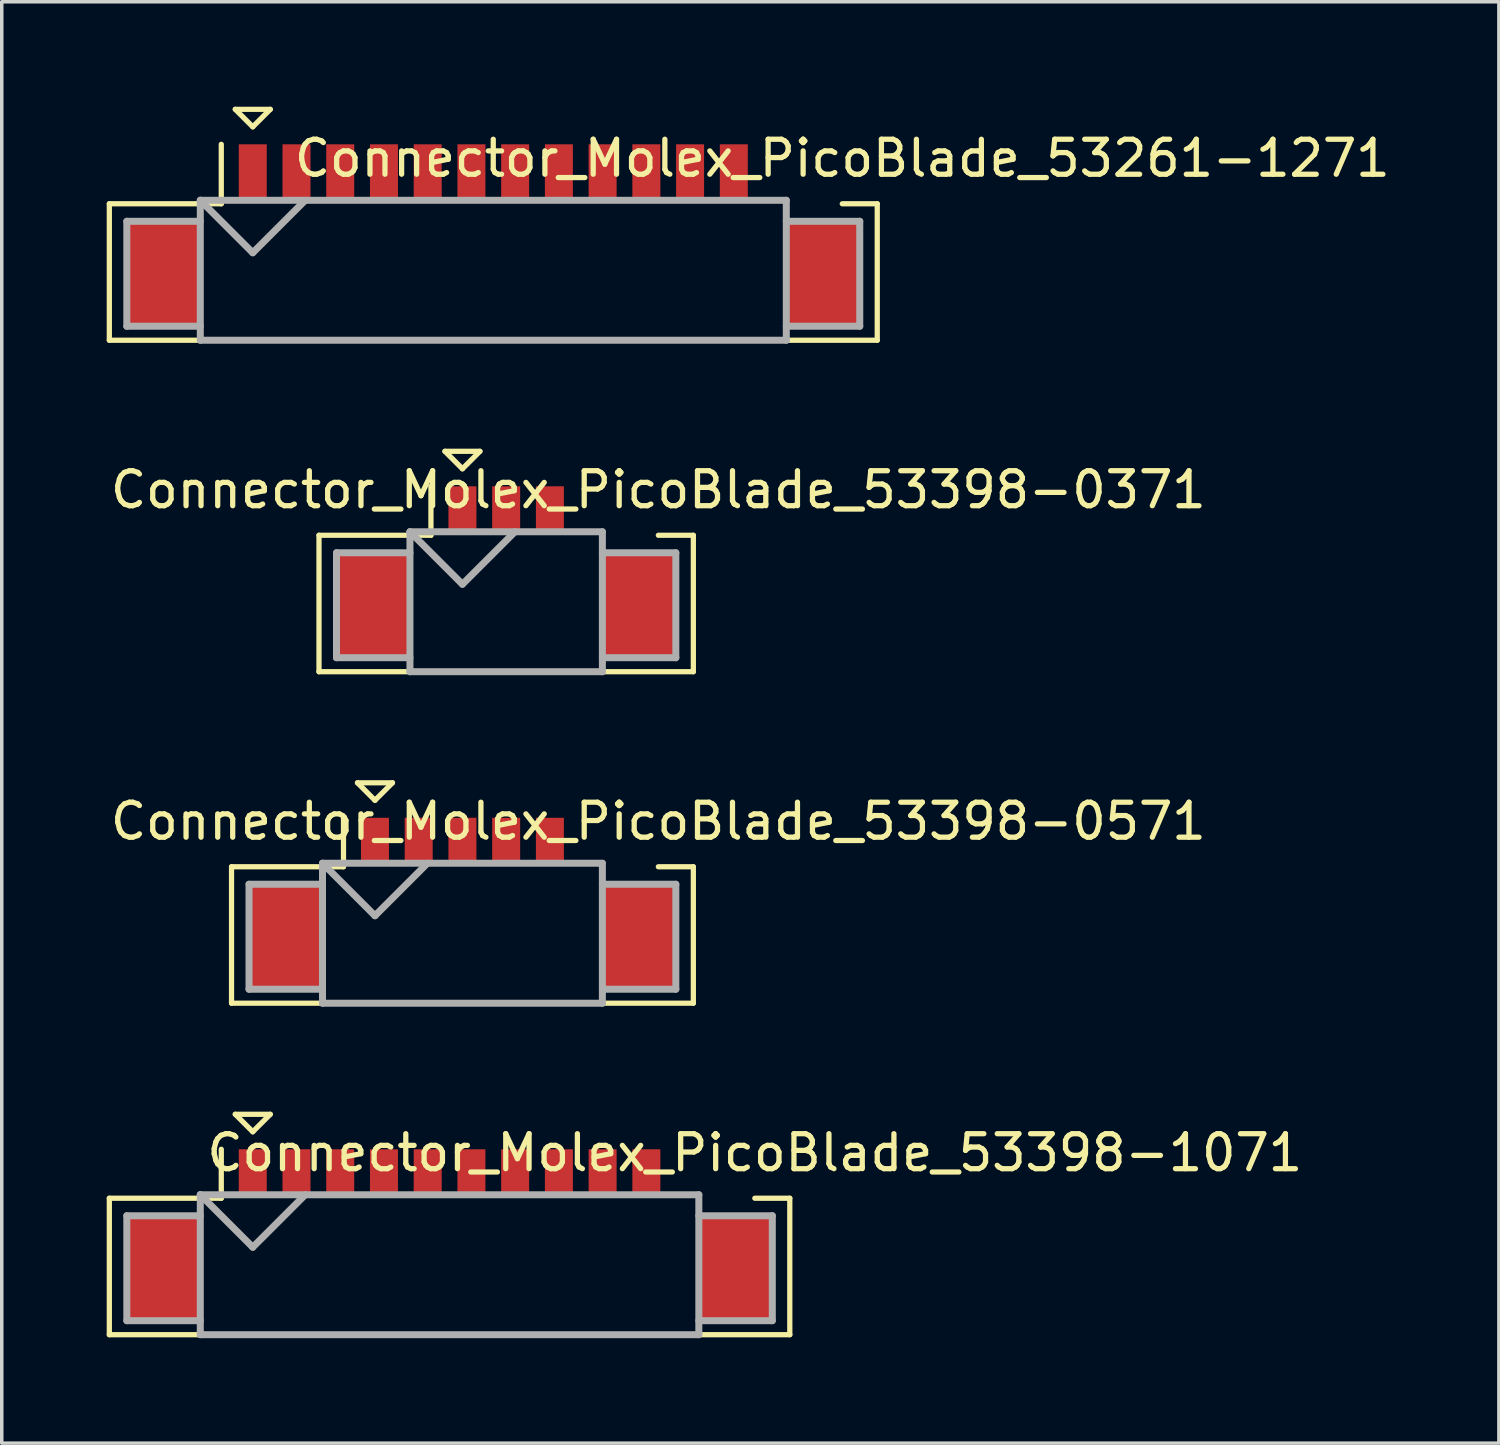
<source format=kicad_pcb>
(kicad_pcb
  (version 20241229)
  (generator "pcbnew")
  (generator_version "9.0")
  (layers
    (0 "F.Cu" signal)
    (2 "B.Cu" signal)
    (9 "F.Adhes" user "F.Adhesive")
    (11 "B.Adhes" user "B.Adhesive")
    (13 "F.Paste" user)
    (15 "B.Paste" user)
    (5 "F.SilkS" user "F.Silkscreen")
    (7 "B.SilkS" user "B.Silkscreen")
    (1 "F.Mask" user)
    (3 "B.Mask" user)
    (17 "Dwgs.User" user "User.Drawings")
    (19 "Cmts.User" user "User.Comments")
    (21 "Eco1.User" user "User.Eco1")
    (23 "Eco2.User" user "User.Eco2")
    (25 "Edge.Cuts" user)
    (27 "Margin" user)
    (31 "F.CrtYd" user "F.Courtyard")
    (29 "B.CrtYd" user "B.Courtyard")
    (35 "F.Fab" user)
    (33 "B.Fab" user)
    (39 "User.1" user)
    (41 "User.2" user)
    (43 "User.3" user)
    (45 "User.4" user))
  (footprint "Connector_Molex_PicoBlade_53398-1071"
    (layer "F.Cu")
    (at 9.8 33.2)
    (property "Reference" "Connector_Molex_PicoBlade_53398-1071" (at 8.725 -3.3 0) (layer "F.SilkS") (effects (font (size 1 1) (thickness 0.15))))
    (attr through_hole)
    (fp_line (start -9.725 -2) (end -9.725 1.9) (stroke (width 0.15) (type solid)) (layer "F.SilkS"))
    (fp_line (start -9.725 1.9) (end 9.725 1.9) (stroke (width 0.15) (type solid)) (layer "F.SilkS"))
    (fp_line (start -6.525 -3.4) (end -6.525 -2) (stroke (width 0.15) (type solid)) (layer "F.SilkS"))
    (fp_line (start -6.525 -2) (end -9.725 -2) (stroke (width 0.15) (type solid)) (layer "F.SilkS"))
    (fp_line (start -6.125 -4.4) (end -5.125 -4.4) (stroke (width 0.15) (type solid)) (layer "F.SilkS"))
    (fp_line (start -5.625 -3.9) (end -6.125 -4.4) (stroke (width 0.15) (type solid)) (layer "F.SilkS"))
    (fp_line (start -5.125 -4.4) (end -5.625 -3.9) (stroke (width 0.15) (type solid)) (layer "F.SilkS"))
    (fp_line (start 9.725 -2) (end 8.725 -2) (stroke (width 0.15) (type solid)) (layer "F.SilkS"))
    (fp_line (start 9.725 1.9) (end 9.725 -2) (stroke (width 0.15) (type solid)) (layer "F.SilkS"))
    (fp_line (start -9.225 -1.5) (end -9.225 1.5) (stroke (width 0.2) (type solid)) (layer "F.Fab"))
    (fp_line (start -9.225 1.5) (end -7.125 1.5) (stroke (width 0.2) (type solid)) (layer "F.Fab"))
    (fp_line (start -7.125 -2.1) (end -7.125 1.9) (stroke (width 0.2) (type solid)) (layer "F.Fab"))
    (fp_line (start -7.125 -2.1) (end -5.625 -0.6) (stroke (width 0.2) (type solid)) (layer "F.Fab"))
    (fp_line (start -7.125 -1.5) (end -9.225 -1.5) (stroke (width 0.2) (type solid)) (layer "F.Fab"))
    (fp_line (start -7.125 1.9) (end 7.125 1.9) (stroke (width 0.2) (type solid)) (layer "F.Fab"))
    (fp_line (start -5.625 -0.6) (end -4.125 -2.1) (stroke (width 0.2) (type solid)) (layer "F.Fab"))
    (fp_line (start 7.125 -2.1) (end -7.125 -2.1) (stroke (width 0.2) (type solid)) (layer "F.Fab"))
    (fp_line (start 7.125 -1.5) (end 9.225 -1.5) (stroke (width 0.2) (type solid)) (layer "F.Fab"))
    (fp_line (start 7.125 1.9) (end 7.125 -2.1) (stroke (width 0.2) (type solid)) (layer "F.Fab"))
    (fp_line (start 9.225 -1.5) (end 9.225 1.5) (stroke (width 0.2) (type solid)) (layer "F.Fab"))
    (fp_line (start 9.225 1.5) (end 7.125 1.5) (stroke (width 0.2) (type solid)) (layer "F.Fab"))
    (pad "" smd rect (at -8.175 0) (size 2.1 3) (layers "F.Cu" "F.Mask" "F.Paste"))
    (pad "" smd rect (at 8.175 0) (size 2.1 3) (layers "F.Cu" "F.Mask" "F.Paste"))
    (pad "1" smd rect (at -5.625 -2.75) (size 0.8 1.3) (layers "F.Cu" "F.Mask" "F.Paste"))
    (pad "2" smd rect (at -4.375 -2.75) (size 0.8 1.3) (layers "F.Cu" "F.Mask" "F.Paste"))
    (pad "3" smd rect (at -3.125 -2.75) (size 0.8 1.3) (layers "F.Cu" "F.Mask" "F.Paste"))
    (pad "4" smd rect (at -1.875 -2.75) (size 0.8 1.3) (layers "F.Cu" "F.Mask" "F.Paste"))
    (pad "5" smd rect (at -0.625 -2.75) (size 0.8 1.3) (layers "F.Cu" "F.Mask" "F.Paste"))
    (pad "6" smd rect (at 0.625 -2.75) (size 0.8 1.3) (layers "F.Cu" "F.Mask" "F.Paste"))
    (pad "7" smd rect (at 1.875 -2.75) (size 0.8 1.3) (layers "F.Cu" "F.Mask" "F.Paste"))
    (pad "8" smd rect (at 3.125 -2.75) (size 0.8 1.3) (layers "F.Cu" "F.Mask" "F.Paste"))
    (pad "9" smd rect (at 4.375 -2.75) (size 0.8 1.3) (layers "F.Cu" "F.Mask" "F.Paste"))
    (pad "10" smd rect (at 5.625 -2.75) (size 0.8 1.3) (layers "F.Cu" "F.Mask" "F.Paste")))
  (footprint "Connector_Molex_PicoBlade_53261-1271"
    (layer "F.Cu")
    (at 11.05 4.775)
    (property "Reference" "Connector_Molex_PicoBlade_53261-1271" (at 9.975 -3.3 0) (layer "F.SilkS") (effects (font (size 1 1) (thickness 0.15))))
    (attr through_hole)
    (fp_line (start -10.975 -2) (end -10.975 1.9) (stroke (width 0.15) (type solid)) (layer "F.SilkS"))
    (fp_line (start -10.975 1.9) (end 10.975 1.9) (stroke (width 0.15) (type solid)) (layer "F.SilkS"))
    (fp_line (start -7.775 -3.7) (end -7.775 -2) (stroke (width 0.15) (type solid)) (layer "F.SilkS"))
    (fp_line (start -7.775 -2) (end -10.975 -2) (stroke (width 0.15) (type solid)) (layer "F.SilkS"))
    (fp_line (start -7.375 -4.7) (end -6.375 -4.7) (stroke (width 0.15) (type solid)) (layer "F.SilkS"))
    (fp_line (start -6.875 -4.2) (end -7.375 -4.7) (stroke (width 0.15) (type solid)) (layer "F.SilkS"))
    (fp_line (start -6.375 -4.7) (end -6.875 -4.2) (stroke (width 0.15) (type solid)) (layer "F.SilkS"))
    (fp_line (start 10.975 -2) (end 9.975 -2) (stroke (width 0.15) (type solid)) (layer "F.SilkS"))
    (fp_line (start 10.975 1.9) (end 10.975 -2) (stroke (width 0.15) (type solid)) (layer "F.SilkS"))
    (fp_line (start -10.475 -1.5) (end -10.475 1.5) (stroke (width 0.2) (type solid)) (layer "F.Fab"))
    (fp_line (start -10.475 1.5) (end -8.375 1.5) (stroke (width 0.2) (type solid)) (layer "F.Fab"))
    (fp_line (start -8.375 -2.1) (end -8.375 1.9) (stroke (width 0.2) (type solid)) (layer "F.Fab"))
    (fp_line (start -8.375 -2.1) (end -6.875 -0.6) (stroke (width 0.2) (type solid)) (layer "F.Fab"))
    (fp_line (start -8.375 -1.5) (end -10.475 -1.5) (stroke (width 0.2) (type solid)) (layer "F.Fab"))
    (fp_line (start -8.375 1.9) (end 8.375 1.9) (stroke (width 0.2) (type solid)) (layer "F.Fab"))
    (fp_line (start -6.875 -0.6) (end -5.375 -2.1) (stroke (width 0.2) (type solid)) (layer "F.Fab"))
    (fp_line (start 8.375 -2.1) (end -8.375 -2.1) (stroke (width 0.2) (type solid)) (layer "F.Fab"))
    (fp_line (start 8.375 -1.5) (end 10.475 -1.5) (stroke (width 0.2) (type solid)) (layer "F.Fab"))
    (fp_line (start 8.375 1.9) (end 8.375 -2.1) (stroke (width 0.2) (type solid)) (layer "F.Fab"))
    (fp_line (start 10.475 -1.5) (end 10.475 1.5) (stroke (width 0.2) (type solid)) (layer "F.Fab"))
    (fp_line (start 10.475 1.5) (end 8.375 1.5) (stroke (width 0.2) (type solid)) (layer "F.Fab"))
    (pad "" smd rect (at -9.425 0) (size 2.1 3) (layers "F.Cu" "F.Mask" "F.Paste"))
    (pad "" smd rect (at 9.425 0) (size 2.1 3) (layers "F.Cu" "F.Mask" "F.Paste"))
    (pad "1" smd rect (at -6.875 -2.9) (size 0.8 1.6) (layers "F.Cu" "F.Mask" "F.Paste"))
    (pad "2" smd rect (at -5.625 -2.9) (size 0.8 1.6) (layers "F.Cu" "F.Mask" "F.Paste"))
    (pad "3" smd rect (at -4.375 -2.9) (size 0.8 1.6) (layers "F.Cu" "F.Mask" "F.Paste"))
    (pad "4" smd rect (at -3.125 -2.9) (size 0.8 1.6) (layers "F.Cu" "F.Mask" "F.Paste"))
    (pad "5" smd rect (at -1.875 -2.9) (size 0.8 1.6) (layers "F.Cu" "F.Mask" "F.Paste"))
    (pad "6" smd rect (at -0.625 -2.9) (size 0.8 1.6) (layers "F.Cu" "F.Mask" "F.Paste"))
    (pad "7" smd rect (at 0.625 -2.9) (size 0.8 1.6) (layers "F.Cu" "F.Mask" "F.Paste"))
    (pad "8" smd rect (at 1.875 -2.9) (size 0.8 1.6) (layers "F.Cu" "F.Mask" "F.Paste"))
    (pad "9" smd rect (at 3.125 -2.9) (size 0.8 1.6) (layers "F.Cu" "F.Mask" "F.Paste"))
    (pad "10" smd rect (at 4.375 -2.9) (size 0.8 1.6) (layers "F.Cu" "F.Mask" "F.Paste"))
    (pad "11" smd rect (at 5.625 -2.9) (size 0.8 1.6) (layers "F.Cu" "F.Mask" "F.Paste"))
    (pad "12" smd rect (at 6.875 -2.9) (size 0.8 1.6) (layers "F.Cu" "F.Mask" "F.Paste")))
  (footprint "Connector_Molex_PicoBlade_53398-0571"
    (layer "F.Cu")
    (at 10.168 23.725)
    (property "Reference" "Connector_Molex_PicoBlade_53398-0571" (at 5.6 -3.3 0) (layer "F.SilkS") (effects (font (size 1 1) (thickness 0.15))))
    (attr through_hole)
    (fp_line (start -6.6 -2) (end -6.6 1.9) (stroke (width 0.15) (type solid)) (layer "F.SilkS"))
    (fp_line (start -6.6 1.9) (end 6.6 1.9) (stroke (width 0.15) (type solid)) (layer "F.SilkS"))
    (fp_line (start -3.4 -3.4) (end -3.4 -2) (stroke (width 0.15) (type solid)) (layer "F.SilkS"))
    (fp_line (start -3.4 -2) (end -6.6 -2) (stroke (width 0.15) (type solid)) (layer "F.SilkS"))
    (fp_line (start -3 -4.4) (end -2 -4.4) (stroke (width 0.15) (type solid)) (layer "F.SilkS"))
    (fp_line (start -2.5 -3.9) (end -3 -4.4) (stroke (width 0.15) (type solid)) (layer "F.SilkS"))
    (fp_line (start -2 -4.4) (end -2.5 -3.9) (stroke (width 0.15) (type solid)) (layer "F.SilkS"))
    (fp_line (start 6.6 -2) (end 5.6 -2) (stroke (width 0.15) (type solid)) (layer "F.SilkS"))
    (fp_line (start 6.6 1.9) (end 6.6 -2) (stroke (width 0.15) (type solid)) (layer "F.SilkS"))
    (fp_line (start -6.1 -1.5) (end -6.1 1.5) (stroke (width 0.2) (type solid)) (layer "F.Fab"))
    (fp_line (start -6.1 1.5) (end -4 1.5) (stroke (width 0.2) (type solid)) (layer "F.Fab"))
    (fp_line (start -4 -2.1) (end -4 1.9) (stroke (width 0.2) (type solid)) (layer "F.Fab"))
    (fp_line (start -4 -2.1) (end -2.5 -0.6) (stroke (width 0.2) (type solid)) (layer "F.Fab"))
    (fp_line (start -4 -1.5) (end -6.1 -1.5) (stroke (width 0.2) (type solid)) (layer "F.Fab"))
    (fp_line (start -4 1.9) (end 4 1.9) (stroke (width 0.2) (type solid)) (layer "F.Fab"))
    (fp_line (start -2.5 -0.6) (end -1 -2.1) (stroke (width 0.2) (type solid)) (layer "F.Fab"))
    (fp_line (start 4 -2.1) (end -4 -2.1) (stroke (width 0.2) (type solid)) (layer "F.Fab"))
    (fp_line (start 4 -1.5) (end 6.1 -1.5) (stroke (width 0.2) (type solid)) (layer "F.Fab"))
    (fp_line (start 4 1.9) (end 4 -2.1) (stroke (width 0.2) (type solid)) (layer "F.Fab"))
    (fp_line (start 6.1 -1.5) (end 6.1 1.5) (stroke (width 0.2) (type solid)) (layer "F.Fab"))
    (fp_line (start 6.1 1.5) (end 4 1.5) (stroke (width 0.2) (type solid)) (layer "F.Fab"))
    (pad "" smd rect (at -5.05 0) (size 2.1 3) (layers "F.Cu" "F.Mask" "F.Paste"))
    (pad "" smd rect (at 5.05 0) (size 2.1 3) (layers "F.Cu" "F.Mask" "F.Paste"))
    (pad "1" smd rect (at -2.5 -2.75) (size 0.8 1.3) (layers "F.Cu" "F.Mask" "F.Paste"))
    (pad "2" smd rect (at -1.25 -2.75) (size 0.8 1.3) (layers "F.Cu" "F.Mask" "F.Paste"))
    (pad "3" smd rect (at 0 -2.75) (size 0.8 1.3) (layers "F.Cu" "F.Mask" "F.Paste"))
    (pad "4" smd rect (at 1.25 -2.75) (size 0.8 1.3) (layers "F.Cu" "F.Mask" "F.Paste"))
    (pad "5" smd rect (at 2.5 -2.75) (size 0.8 1.3) (layers "F.Cu" "F.Mask" "F.Paste")))
  (footprint "Connector_Molex_PicoBlade_53398-0371"
    (layer "F.Cu")
    (at 11.418 14.25)
    (property "Reference" "Connector_Molex_PicoBlade_53398-0371" (at 4.35 -3.3 0) (layer "F.SilkS") (effects (font (size 1 1) (thickness 0.15))))
    (attr through_hole)
    (fp_line (start -5.35 -2) (end -5.35 1.9) (stroke (width 0.15) (type solid)) (layer "F.SilkS"))
    (fp_line (start -5.35 1.9) (end 5.35 1.9) (stroke (width 0.15) (type solid)) (layer "F.SilkS"))
    (fp_line (start -2.15 -3.4) (end -2.15 -2) (stroke (width 0.15) (type solid)) (layer "F.SilkS"))
    (fp_line (start -2.15 -2) (end -5.35 -2) (stroke (width 0.15) (type solid)) (layer "F.SilkS"))
    (fp_line (start -1.75 -4.4) (end -0.75 -4.4) (stroke (width 0.15) (type solid)) (layer "F.SilkS"))
    (fp_line (start -1.25 -3.9) (end -1.75 -4.4) (stroke (width 0.15) (type solid)) (layer "F.SilkS"))
    (fp_line (start -0.75 -4.4) (end -1.25 -3.9) (stroke (width 0.15) (type solid)) (layer "F.SilkS"))
    (fp_line (start 5.35 -2) (end 4.35 -2) (stroke (width 0.15) (type solid)) (layer "F.SilkS"))
    (fp_line (start 5.35 1.9) (end 5.35 -2) (stroke (width 0.15) (type solid)) (layer "F.SilkS"))
    (fp_line (start -4.85 -1.5) (end -4.85 1.5) (stroke (width 0.2) (type solid)) (layer "F.Fab"))
    (fp_line (start -4.85 1.5) (end -2.75 1.5) (stroke (width 0.2) (type solid)) (layer "F.Fab"))
    (fp_line (start -2.75 -2.1) (end -2.75 1.9) (stroke (width 0.2) (type solid)) (layer "F.Fab"))
    (fp_line (start -2.75 -2.1) (end -1.25 -0.6) (stroke (width 0.2) (type solid)) (layer "F.Fab"))
    (fp_line (start -2.75 -1.5) (end -4.85 -1.5) (stroke (width 0.2) (type solid)) (layer "F.Fab"))
    (fp_line (start -2.75 1.9) (end 2.75 1.9) (stroke (width 0.2) (type solid)) (layer "F.Fab"))
    (fp_line (start -1.25 -0.6) (end 0.25 -2.1) (stroke (width 0.2) (type solid)) (layer "F.Fab"))
    (fp_line (start 2.75 -2.1) (end -2.75 -2.1) (stroke (width 0.2) (type solid)) (layer "F.Fab"))
    (fp_line (start 2.75 -1.5) (end 4.85 -1.5) (stroke (width 0.2) (type solid)) (layer "F.Fab"))
    (fp_line (start 2.75 1.9) (end 2.75 -2.1) (stroke (width 0.2) (type solid)) (layer "F.Fab"))
    (fp_line (start 4.85 -1.5) (end 4.85 1.5) (stroke (width 0.2) (type solid)) (layer "F.Fab"))
    (fp_line (start 4.85 1.5) (end 2.75 1.5) (stroke (width 0.2) (type solid)) (layer "F.Fab"))
    (pad "" smd rect (at -3.8 0) (size 2.1 3) (layers "F.Cu" "F.Mask" "F.Paste"))
    (pad "" smd rect (at 3.8 0) (size 2.1 3) (layers "F.Cu" "F.Mask" "F.Paste"))
    (pad "1" smd rect (at -1.25 -2.75) (size 0.8 1.3) (layers "F.Cu" "F.Mask" "F.Paste"))
    (pad "2" smd rect (at 0 -2.75) (size 0.8 1.3) (layers "F.Cu" "F.Mask" "F.Paste"))
    (pad "3" smd rect (at 1.25 -2.75) (size 0.8 1.3) (layers "F.Cu" "F.Mask" "F.Paste")))
  (gr_rect
    (start -3 -3)
    (end 39.793 38.2)
    (stroke (width 0.1) (type default))
    (fill no)
    (layer "Edge.Cuts")))
</source>
